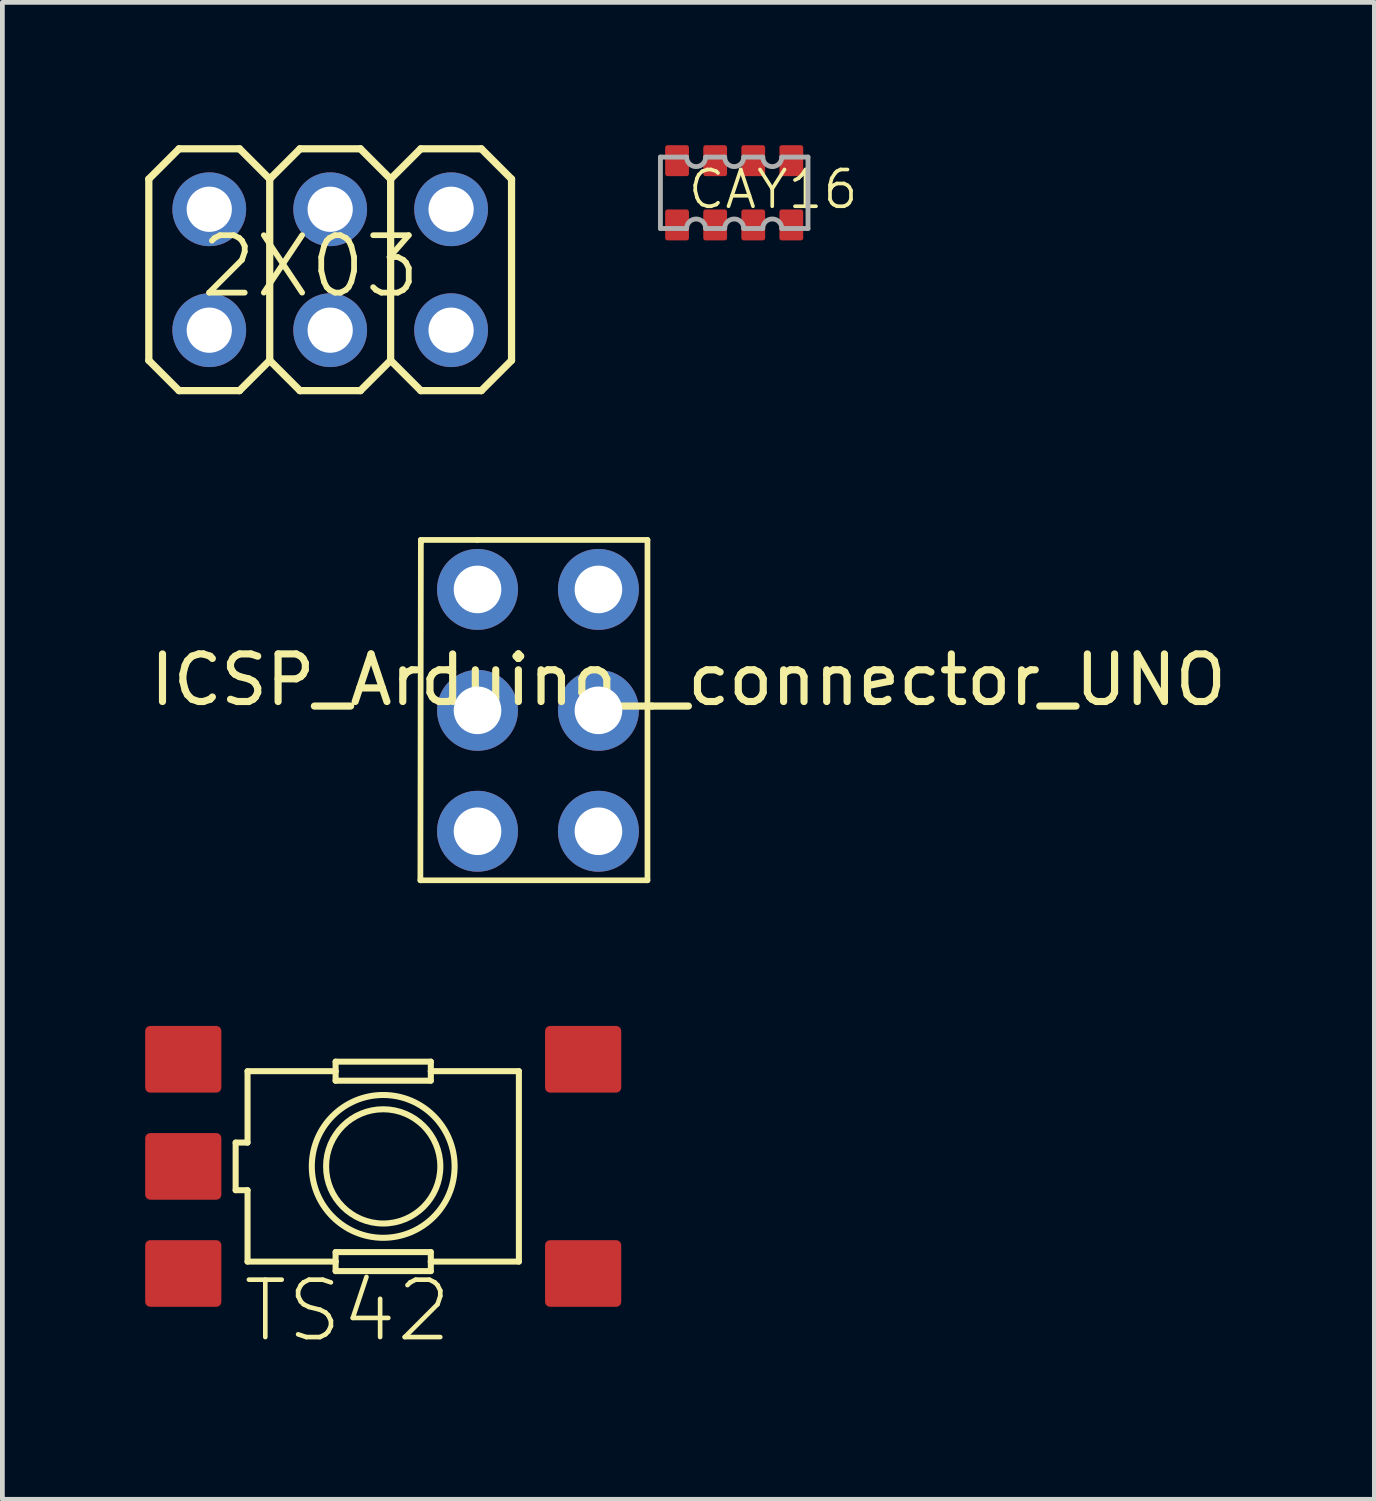
<source format=kicad_pcb>
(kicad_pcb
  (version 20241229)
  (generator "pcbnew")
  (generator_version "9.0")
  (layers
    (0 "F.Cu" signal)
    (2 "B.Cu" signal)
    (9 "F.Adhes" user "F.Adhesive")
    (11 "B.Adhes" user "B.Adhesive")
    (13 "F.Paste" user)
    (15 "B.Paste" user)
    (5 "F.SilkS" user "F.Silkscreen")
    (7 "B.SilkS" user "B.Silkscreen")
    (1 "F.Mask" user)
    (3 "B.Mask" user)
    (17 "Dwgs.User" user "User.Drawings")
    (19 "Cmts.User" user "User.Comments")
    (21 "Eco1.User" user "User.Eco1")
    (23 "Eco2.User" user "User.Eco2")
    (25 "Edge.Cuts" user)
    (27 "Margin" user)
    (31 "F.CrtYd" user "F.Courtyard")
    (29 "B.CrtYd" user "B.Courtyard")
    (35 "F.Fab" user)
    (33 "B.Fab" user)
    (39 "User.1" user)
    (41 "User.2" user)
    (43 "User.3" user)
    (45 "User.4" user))
  (footprint "ICSP_Arduino__connector_UNO"
    (layer "F.Cu")
    (at 8.031 11.662)
    (property "Reference" "ICSP_Arduino__connector_UNO" (at 3.38 -0.43 0) (layer "F.SilkS") (effects (font (size 1 1) (thickness 0.15))))
    (attr through_hole)
    (fp_line (start -2.25 3.78) (end -2.24 -3.31) (stroke (width 0.12) (type solid)) (layer "F.SilkS"))
    (fp_line (start -2.24 -3.37) (end -1.05 -3.37) (stroke (width 0.12) (type solid)) (layer "F.SilkS"))
    (fp_line (start -2.24 -3.35) (end -2.24 -3.37) (stroke (width 0.12) (type solid)) (layer "F.SilkS"))
    (fp_line (start -2.24 -3.31) (end -2.24 -3.35) (stroke (width 0.12) (type solid)) (layer "F.SilkS"))
    (fp_line (start -1.05 -3.37) (end 2.52 -3.37) (stroke (width 0.12) (type solid)) (layer "F.SilkS"))
    (fp_line (start 2.52 -3.37) (end 2.52 3.78) (stroke (width 0.12) (type solid)) (layer "F.SilkS"))
    (fp_line (start 2.52 3.78) (end -2.25 3.78) (stroke (width 0.12) (type solid)) (layer "F.SilkS"))
    (pad "1" thru_hole circle (at -1.05 -2.33) (size 1.7 1.7) (drill 1) (layers "*.Cu" "*.Mask"))
    (pad "2" thru_hole circle (at 1.49 -2.33) (size 1.7 1.7) (drill 1) (layers "*.Cu" "*.Mask"))
    (pad "3" thru_hole circle (at -1.05 0.21) (size 1.7 1.7) (drill 1) (layers "*.Cu" "*.Mask"))
    (pad "4" thru_hole circle (at 1.49 0.21) (size 1.7 1.7) (drill 1) (layers "*.Cu" "*.Mask"))
    (pad "5" thru_hole circle (at -1.05 2.75) (size 1.7 1.7) (drill 1) (layers "*.Cu" "*.Mask"))
    (pad "6" thru_hole circle (at 1.49 2.75) (size 1.7 1.7) (drill 1) (layers "*.Cu" "*.Mask")))
  (footprint "CAY16"
    (layer "F.Cu")
    (at 12.373 1)
    (property "Reference" "CAY16" (at -1.016 0.381 0) (layer "F.SilkS") (effects (font (size 0.772 0.772) (thickness 0.077)) (justify left bottom)))
    (attr through_hole)
    (fp_line (start -1.55 -0.75) (end -1 -0.75) (stroke (width 0.102) (type solid)) (layer "F.Fab"))
    (fp_line (start -1.55 0.75) (end -1.55 -0.75) (stroke (width 0.102) (type solid)) (layer "F.Fab"))
    (fp_line (start -1 0.75) (end -1.55 0.75) (stroke (width 0.102) (type solid)) (layer "F.Fab"))
    (fp_line (start -0.6 -0.75) (end -0.2 -0.75) (stroke (width 0.102) (type solid)) (layer "F.Fab"))
    (fp_line (start -0.2 0.75) (end -0.6 0.75) (stroke (width 0.102) (type solid)) (layer "F.Fab"))
    (fp_line (start 0.2 -0.75) (end 0.6 -0.75) (stroke (width 0.102) (type solid)) (layer "F.Fab"))
    (fp_line (start 0.6 0.75) (end 0.2 0.75) (stroke (width 0.102) (type solid)) (layer "F.Fab"))
    (fp_line (start 1 -0.75) (end 1.55 -0.75) (stroke (width 0.102) (type solid)) (layer "F.Fab"))
    (fp_line (start 1.55 -0.75) (end 1.55 0.75) (stroke (width 0.102) (type solid)) (layer "F.Fab"))
    (fp_line (start 1.55 0.75) (end 1 0.75) (stroke (width 0.102) (type solid)) (layer "F.Fab"))
    (fp_arc (start -1 0.75) (mid -0.8 0.55) (end -0.6 0.75) (stroke (width 0.1016) (type solid)) (layer "F.Fab"))
    (fp_arc (start -0.6 -0.75) (mid -0.8 -0.55) (end -1 -0.75) (stroke (width 0.1016) (type solid)) (layer "F.Fab"))
    (fp_arc (start -0.2 0.75) (mid 0 0.55) (end 0.2 0.75) (stroke (width 0.1016) (type solid)) (layer "F.Fab"))
    (fp_arc (start 0.2 -0.75) (mid 0 -0.55) (end -0.2 -0.75) (stroke (width 0.1016) (type solid)) (layer "F.Fab"))
    (fp_arc (start 0.6 0.75) (mid 0.8 0.55) (end 1 0.75) (stroke (width 0.1016) (type solid)) (layer "F.Fab"))
    (fp_arc (start 1 -0.75) (mid 0.8 -0.55) (end 0.6 -0.75) (stroke (width 0.1016) (type solid)) (layer "F.Fab"))
    (pad "1" smd roundrect (at -1.2 0.675) (size 0.5 0.65) (layers "F.Cu" "F.Mask" "F.Paste") (roundrect_rratio 0.102))
    (pad "2" smd roundrect (at -0.4 0.675) (size 0.5 0.65) (layers "F.Cu" "F.Mask" "F.Paste") (roundrect_rratio 0.102))
    (pad "3" smd roundrect (at 0.4 0.675) (size 0.5 0.65) (layers "F.Cu" "F.Mask" "F.Paste") (roundrect_rratio 0.102))
    (pad "4" smd roundrect (at 1.2 0.675) (size 0.5 0.65) (layers "F.Cu" "F.Mask" "F.Paste") (roundrect_rratio 0.102))
    (pad "5" smd roundrect (at 1.2 -0.675) (size 0.5 0.65) (layers "F.Cu" "F.Mask" "F.Paste") (roundrect_rratio 0.102))
    (pad "6" smd roundrect (at 0.4 -0.675) (size 0.5 0.65) (layers "F.Cu" "F.Mask" "F.Paste") (roundrect_rratio 0.102))
    (pad "7" smd roundrect (at -0.4 -0.675) (size 0.5 0.65) (layers "F.Cu" "F.Mask" "F.Paste") (roundrect_rratio 0.102))
    (pad "8" smd roundrect (at -1.2 -0.675) (size 0.5 0.65) (layers "F.Cu" "F.Mask" "F.Paste") (roundrect_rratio 0.102)))
  (footprint "2X03"
    (layer "F.Cu")
    (at 3.886 2.616)
    (property "Reference" "2X03" (at -2.794 0.635 180) (layer "F.SilkS") (effects (font (size 1.206 1.206) (thickness 0.121)) (justify left bottom)))
    (attr through_hole)
    (fp_line (start -3.81 -1.905) (end -3.175 -2.54) (stroke (width 0.152) (type solid)) (layer "F.SilkS"))
    (fp_line (start -3.81 1.905) (end -3.81 -1.905) (stroke (width 0.152) (type solid)) (layer "F.SilkS"))
    (fp_line (start -3.81 1.905) (end -3.175 2.54) (stroke (width 0.152) (type solid)) (layer "F.SilkS"))
    (fp_line (start -3.175 -2.54) (end -1.905 -2.54) (stroke (width 0.152) (type solid)) (layer "F.SilkS"))
    (fp_line (start -3.175 2.54) (end -1.905 2.54) (stroke (width 0.152) (type solid)) (layer "F.SilkS"))
    (fp_line (start -1.905 -2.54) (end -1.27 -1.905) (stroke (width 0.152) (type solid)) (layer "F.SilkS"))
    (fp_line (start -1.905 2.54) (end -1.27 1.905) (stroke (width 0.152) (type solid)) (layer "F.SilkS"))
    (fp_line (start -1.27 -1.905) (end -1.27 1.905) (stroke (width 0.152) (type solid)) (layer "F.SilkS"))
    (fp_line (start -1.27 -1.905) (end -0.635 -2.54) (stroke (width 0.152) (type solid)) (layer "F.SilkS"))
    (fp_line (start -1.27 1.905) (end -0.635 2.54) (stroke (width 0.152) (type solid)) (layer "F.SilkS"))
    (fp_line (start -0.635 -2.54) (end 0.635 -2.54) (stroke (width 0.152) (type solid)) (layer "F.SilkS"))
    (fp_line (start -0.635 2.54) (end 0.635 2.54) (stroke (width 0.152) (type solid)) (layer "F.SilkS"))
    (fp_line (start 0.635 -2.54) (end 1.27 -1.905) (stroke (width 0.152) (type solid)) (layer "F.SilkS"))
    (fp_line (start 0.635 2.54) (end 1.27 1.905) (stroke (width 0.152) (type solid)) (layer "F.SilkS"))
    (fp_line (start 1.27 -1.905) (end 1.27 1.905) (stroke (width 0.152) (type solid)) (layer "F.SilkS"))
    (fp_line (start 1.27 -1.905) (end 1.905 -2.54) (stroke (width 0.152) (type solid)) (layer "F.SilkS"))
    (fp_line (start 1.27 1.905) (end 1.905 2.54) (stroke (width 0.152) (type solid)) (layer "F.SilkS"))
    (fp_line (start 1.905 -2.54) (end 3.175 -2.54) (stroke (width 0.152) (type solid)) (layer "F.SilkS"))
    (fp_line (start 1.905 2.54) (end 3.175 2.54) (stroke (width 0.152) (type solid)) (layer "F.SilkS"))
    (fp_line (start 3.175 -2.54) (end 3.81 -1.905) (stroke (width 0.152) (type solid)) (layer "F.SilkS"))
    (fp_line (start 3.175 2.54) (end 3.81 1.905) (stroke (width 0.152) (type solid)) (layer "F.SilkS"))
    (fp_line (start 3.81 -1.905) (end 3.81 1.905) (stroke (width 0.152) (type solid)) (layer "F.SilkS"))
    (fp_poly (pts (xy -2.794 -1.016) (xy -2.286 -1.016) (xy -2.286 -1.524) (xy -2.794 -1.524)) (stroke (width 0.1) (type solid)) (fill no) (layer "F.Fab"))
    (fp_poly (pts (xy -2.794 1.524) (xy -2.286 1.524) (xy -2.286 1.016) (xy -2.794 1.016)) (stroke (width 0.1) (type solid)) (fill no) (layer "F.Fab"))
    (fp_poly (pts (xy -0.254 -1.016) (xy 0.254 -1.016) (xy 0.254 -1.524) (xy -0.254 -1.524)) (stroke (width 0.1) (type solid)) (fill no) (layer "F.Fab"))
    (fp_poly (pts (xy -0.254 1.524) (xy 0.254 1.524) (xy 0.254 1.016) (xy -0.254 1.016)) (stroke (width 0.1) (type solid)) (fill no) (layer "F.Fab"))
    (fp_poly (pts (xy 2.286 -1.016) (xy 2.794 -1.016) (xy 2.794 -1.524) (xy 2.286 -1.524)) (stroke (width 0.1) (type solid)) (fill no) (layer "F.Fab"))
    (fp_poly (pts (xy 2.286 1.524) (xy 2.794 1.524) (xy 2.794 1.016) (xy 2.286 1.016)) (stroke (width 0.1) (type solid)) (fill no) (layer "F.Fab"))
    (pad "1" thru_hole circle (at -2.54 1.27) (size 1.55 1.55) (drill 0.95) (layers "*.Cu" "*.Mask"))
    (pad "2" thru_hole circle (at -2.54 -1.27) (size 1.55 1.55) (drill 0.95) (layers "*.Cu" "*.Mask"))
    (pad "3" thru_hole circle (at 0 1.27) (size 1.55 1.55) (drill 0.95) (layers "*.Cu" "*.Mask"))
    (pad "4" thru_hole circle (at 0 -1.27) (size 1.55 1.55) (drill 0.95) (layers "*.Cu" "*.Mask"))
    (pad "5" thru_hole circle (at 2.54 1.27) (size 1.55 1.55) (drill 0.95) (layers "*.Cu" "*.Mask"))
    (pad "6" thru_hole circle (at 2.54 -1.27) (size 1.55 1.55) (drill 0.95) (layers "*.Cu" "*.Mask")))
  (footprint "TS42"
    (layer "F.Cu")
    (at 5 21.452)
    (property "Reference" "TS42" (at -3 3.738 0) (layer "F.SilkS") (effects (font (size 1.206 1.206) (thickness 0.097)) (justify left bottom)))
    (attr through_hole)
    (fp_line (start -3.1 -0.5) (end -3.1 0.5) (stroke (width 0.127) (type solid)) (layer "F.SilkS"))
    (fp_line (start -3.1 0.5) (end -2.85 0.5) (stroke (width 0.127) (type solid)) (layer "F.SilkS"))
    (fp_line (start -2.85 -2) (end -2.85 -0.5) (stroke (width 0.127) (type solid)) (layer "F.SilkS"))
    (fp_line (start -2.85 -2) (end -1 -2) (stroke (width 0.127) (type solid)) (layer "F.SilkS"))
    (fp_line (start -2.85 -0.5) (end -3.1 -0.5) (stroke (width 0.127) (type solid)) (layer "F.SilkS"))
    (fp_line (start -2.85 0.5) (end -2.85 2) (stroke (width 0.127) (type solid)) (layer "F.SilkS"))
    (fp_line (start -1 -2.2) (end -1 -2) (stroke (width 0.127) (type solid)) (layer "F.SilkS"))
    (fp_line (start -1 -2) (end -1 -1.8) (stroke (width 0.127) (type solid)) (layer "F.SilkS"))
    (fp_line (start -1 -1.8) (end 1 -1.8) (stroke (width 0.127) (type solid)) (layer "F.SilkS"))
    (fp_line (start -1 1.8) (end -1 2) (stroke (width 0.127) (type solid)) (layer "F.SilkS"))
    (fp_line (start -1 2) (end -2.85 2) (stroke (width 0.127) (type solid)) (layer "F.SilkS"))
    (fp_line (start -1 2) (end -1 2.2) (stroke (width 0.127) (type solid)) (layer "F.SilkS"))
    (fp_line (start -1 2.2) (end 1 2.2) (stroke (width 0.127) (type solid)) (layer "F.SilkS"))
    (fp_line (start 1 -2.2) (end -1 -2.2) (stroke (width 0.127) (type solid)) (layer "F.SilkS"))
    (fp_line (start 1 -2) (end 1 -2.2) (stroke (width 0.127) (type solid)) (layer "F.SilkS"))
    (fp_line (start 1 -2) (end 2.85 -2) (stroke (width 0.127) (type solid)) (layer "F.SilkS"))
    (fp_line (start 1 -1.8) (end 1 -2) (stroke (width 0.127) (type solid)) (layer "F.SilkS"))
    (fp_line (start 1 1.8) (end -1 1.8) (stroke (width 0.127) (type solid)) (layer "F.SilkS"))
    (fp_line (start 1 2) (end 1 1.8) (stroke (width 0.127) (type solid)) (layer "F.SilkS"))
    (fp_line (start 1 2) (end 2.85 2) (stroke (width 0.127) (type solid)) (layer "F.SilkS"))
    (fp_line (start 1 2.2) (end 1 2) (stroke (width 0.127) (type solid)) (layer "F.SilkS"))
    (fp_line (start 2.85 2) (end 2.85 -2) (stroke (width 0.127) (type solid)) (layer "F.SilkS"))
    (fp_circle (center 0 0) (end 1.2 0) (stroke (width 0.127) (type solid)) (fill no) (layer "F.SilkS"))
    (fp_circle (center 0 0) (end 1.5 0) (stroke (width 0.127) (type solid)) (fill no) (layer "F.SilkS"))
    (fp_poly (pts (xy -4.699 0.381) (xy -3.81 0.381) (xy -3.81 -0.381) (xy -4.699 -0.381)) (stroke (width 0) (type solid)) (fill yes) (layer "F.Paste"))
    (pad "1" smd roundrect (at -4.2 -2.25) (size 1.6 1.4) (layers "F.Cu" "F.Mask" "F.Paste") (roundrect_rratio 0.075))
    (pad "2" smd roundrect (at 4.2 -2.25) (size 1.6 1.4) (layers "F.Cu" "F.Mask" "F.Paste") (roundrect_rratio 0.075))
    (pad "3" smd roundrect (at -4.2 2.25) (size 1.6 1.4) (layers "F.Cu" "F.Mask" "F.Paste") (roundrect_rratio 0.075))
    (pad "4" smd roundrect (at 4.2 2.25) (size 1.6 1.4) (layers "F.Cu" "F.Mask" "F.Paste") (roundrect_rratio 0.075))
    (pad "5" smd roundrect (at -4.2 0) (size 1.6 1.4) (layers "F.Cu" "F.Mask") (roundrect_rratio 0.075)))
  (gr_rect
    (start -3 -3)
    (end 25.821 28.445)
    (stroke (width 0.1) (type default))
    (fill no)
    (layer "Edge.Cuts")))
</source>
